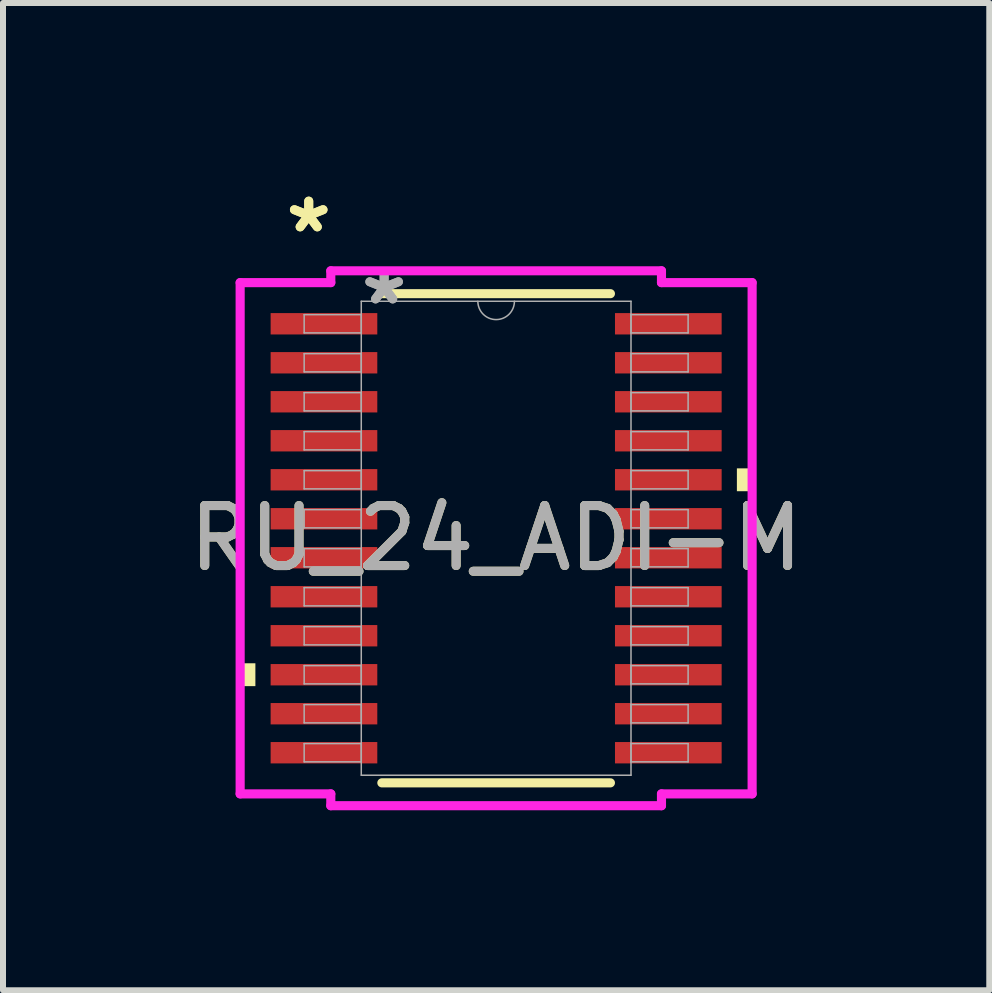
<source format=kicad_pcb>
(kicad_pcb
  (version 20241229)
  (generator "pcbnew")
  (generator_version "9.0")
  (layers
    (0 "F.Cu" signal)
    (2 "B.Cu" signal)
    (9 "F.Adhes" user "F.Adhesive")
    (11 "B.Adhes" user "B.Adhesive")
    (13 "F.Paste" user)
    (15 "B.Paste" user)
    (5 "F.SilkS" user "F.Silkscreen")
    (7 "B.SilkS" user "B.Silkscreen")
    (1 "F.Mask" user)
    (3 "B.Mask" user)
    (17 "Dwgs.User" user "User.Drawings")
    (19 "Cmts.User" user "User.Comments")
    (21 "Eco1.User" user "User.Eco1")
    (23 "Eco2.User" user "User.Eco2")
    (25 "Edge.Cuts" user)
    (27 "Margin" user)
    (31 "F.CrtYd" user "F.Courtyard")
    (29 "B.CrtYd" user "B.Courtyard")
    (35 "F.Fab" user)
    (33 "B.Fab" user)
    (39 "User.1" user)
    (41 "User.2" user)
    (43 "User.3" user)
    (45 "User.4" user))
  (footprint "RU_24_ADI-M"
    (layer "F.Cu")
    (at 5.22 5.922)
    (property "Reference" "RU_24_ADI-M" (at 0 0 0) (unlocked yes) (layer "F.SilkS") (effects (font (size 1 1) (thickness 0.15))))
    (attr smd)
    (fp_line (start -1.905 4.077) (end 1.905 4.077) (stroke (width 0.152) (type solid)) (layer "F.SilkS"))
    (fp_line (start 1.905 -4.077) (end -1.905 -4.077) (stroke (width 0.152) (type solid)) (layer "F.SilkS"))
    (fp_poly (pts (xy -4.267 2.084) (xy -4.267 2.465) (xy -4.013 2.465) (xy -4.013 2.084)) (stroke (width 0) (type solid)) (fill yes) (layer "F.SilkS"))
    (fp_poly (pts (xy 4.267 -1.165) (xy 4.267 -0.784) (xy 4.013 -0.784) (xy 4.013 -1.165)) (stroke (width 0) (type solid)) (fill yes) (layer "F.SilkS"))
    (fp_line (start -4.267 -4.261) (end -2.756 -4.261) (stroke (width 0.152) (type solid)) (layer "F.CrtYd"))
    (fp_line (start -4.267 4.261) (end -4.267 -4.261) (stroke (width 0.152) (type solid)) (layer "F.CrtYd"))
    (fp_line (start -4.267 4.261) (end -2.756 4.261) (stroke (width 0.152) (type solid)) (layer "F.CrtYd"))
    (fp_line (start -2.756 -4.458) (end 2.756 -4.458) (stroke (width 0.152) (type solid)) (layer "F.CrtYd"))
    (fp_line (start -2.756 -4.261) (end -2.756 -4.458) (stroke (width 0.152) (type solid)) (layer "F.CrtYd"))
    (fp_line (start -2.756 4.458) (end -2.756 4.261) (stroke (width 0.152) (type solid)) (layer "F.CrtYd"))
    (fp_line (start 2.756 -4.458) (end 2.756 -4.261) (stroke (width 0.152) (type solid)) (layer "F.CrtYd"))
    (fp_line (start 2.756 4.261) (end 2.756 4.458) (stroke (width 0.152) (type solid)) (layer "F.CrtYd"))
    (fp_line (start 2.756 4.458) (end -2.756 4.458) (stroke (width 0.152) (type solid)) (layer "F.CrtYd"))
    (fp_line (start 4.267 -4.261) (end 2.756 -4.261) (stroke (width 0.152) (type solid)) (layer "F.CrtYd"))
    (fp_line (start 4.267 -4.261) (end 4.267 4.261) (stroke (width 0.152) (type solid)) (layer "F.CrtYd"))
    (fp_line (start 4.267 4.261) (end 2.756 4.261) (stroke (width 0.152) (type solid)) (layer "F.CrtYd"))
    (fp_line (start -3.2 -3.727) (end -3.2 -3.423) (stroke (width 0.025) (type solid)) (layer "F.Fab"))
    (fp_line (start -3.2 -3.423) (end -2.248 -3.423) (stroke (width 0.025) (type solid)) (layer "F.Fab"))
    (fp_line (start -3.2 -3.077) (end -3.2 -2.773) (stroke (width 0.025) (type solid)) (layer "F.Fab"))
    (fp_line (start -3.2 -2.773) (end -2.248 -2.773) (stroke (width 0.025) (type solid)) (layer "F.Fab"))
    (fp_line (start -3.2 -2.427) (end -3.2 -2.123) (stroke (width 0.025) (type solid)) (layer "F.Fab"))
    (fp_line (start -3.2 -2.123) (end -2.248 -2.123) (stroke (width 0.025) (type solid)) (layer "F.Fab"))
    (fp_line (start -3.2 -1.777) (end -3.2 -1.473) (stroke (width 0.025) (type solid)) (layer "F.Fab"))
    (fp_line (start -3.2 -1.473) (end -2.248 -1.473) (stroke (width 0.025) (type solid)) (layer "F.Fab"))
    (fp_line (start -3.2 -1.127) (end -3.2 -0.823) (stroke (width 0.025) (type solid)) (layer "F.Fab"))
    (fp_line (start -3.2 -0.823) (end -2.248 -0.823) (stroke (width 0.025) (type solid)) (layer "F.Fab"))
    (fp_line (start -3.2 -0.477) (end -3.2 -0.173) (stroke (width 0.025) (type solid)) (layer "F.Fab"))
    (fp_line (start -3.2 -0.173) (end -2.248 -0.173) (stroke (width 0.025) (type solid)) (layer "F.Fab"))
    (fp_line (start -3.2 0.173) (end -3.2 0.477) (stroke (width 0.025) (type solid)) (layer "F.Fab"))
    (fp_line (start -3.2 0.477) (end -2.248 0.477) (stroke (width 0.025) (type solid)) (layer "F.Fab"))
    (fp_line (start -3.2 0.823) (end -3.2 1.127) (stroke (width 0.025) (type solid)) (layer "F.Fab"))
    (fp_line (start -3.2 1.127) (end -2.248 1.127) (stroke (width 0.025) (type solid)) (layer "F.Fab"))
    (fp_line (start -3.2 1.473) (end -3.2 1.777) (stroke (width 0.025) (type solid)) (layer "F.Fab"))
    (fp_line (start -3.2 1.777) (end -2.248 1.777) (stroke (width 0.025) (type solid)) (layer "F.Fab"))
    (fp_line (start -3.2 2.123) (end -3.2 2.427) (stroke (width 0.025) (type solid)) (layer "F.Fab"))
    (fp_line (start -3.2 2.427) (end -2.248 2.427) (stroke (width 0.025) (type solid)) (layer "F.Fab"))
    (fp_line (start -3.2 2.773) (end -3.2 3.077) (stroke (width 0.025) (type solid)) (layer "F.Fab"))
    (fp_line (start -3.2 3.077) (end -2.248 3.077) (stroke (width 0.025) (type solid)) (layer "F.Fab"))
    (fp_line (start -3.2 3.423) (end -3.2 3.727) (stroke (width 0.025) (type solid)) (layer "F.Fab"))
    (fp_line (start -3.2 3.727) (end -2.248 3.727) (stroke (width 0.025) (type solid)) (layer "F.Fab"))
    (fp_line (start -2.248 -3.95) (end -2.248 3.95) (stroke (width 0.025) (type solid)) (layer "F.Fab"))
    (fp_line (start -2.248 -3.727) (end -3.2 -3.727) (stroke (width 0.025) (type solid)) (layer "F.Fab"))
    (fp_line (start -2.248 -3.423) (end -2.248 -3.727) (stroke (width 0.025) (type solid)) (layer "F.Fab"))
    (fp_line (start -2.248 -3.077) (end -3.2 -3.077) (stroke (width 0.025) (type solid)) (layer "F.Fab"))
    (fp_line (start -2.248 -2.773) (end -2.248 -3.077) (stroke (width 0.025) (type solid)) (layer "F.Fab"))
    (fp_line (start -2.248 -2.427) (end -3.2 -2.427) (stroke (width 0.025) (type solid)) (layer "F.Fab"))
    (fp_line (start -2.248 -2.123) (end -2.248 -2.427) (stroke (width 0.025) (type solid)) (layer "F.Fab"))
    (fp_line (start -2.248 -1.777) (end -3.2 -1.777) (stroke (width 0.025) (type solid)) (layer "F.Fab"))
    (fp_line (start -2.248 -1.473) (end -2.248 -1.777) (stroke (width 0.025) (type solid)) (layer "F.Fab"))
    (fp_line (start -2.248 -1.127) (end -3.2 -1.127) (stroke (width 0.025) (type solid)) (layer "F.Fab"))
    (fp_line (start -2.248 -0.823) (end -2.248 -1.127) (stroke (width 0.025) (type solid)) (layer "F.Fab"))
    (fp_line (start -2.248 -0.477) (end -3.2 -0.477) (stroke (width 0.025) (type solid)) (layer "F.Fab"))
    (fp_line (start -2.248 -0.173) (end -2.248 -0.477) (stroke (width 0.025) (type solid)) (layer "F.Fab"))
    (fp_line (start -2.248 0.173) (end -3.2 0.173) (stroke (width 0.025) (type solid)) (layer "F.Fab"))
    (fp_line (start -2.248 0.477) (end -2.248 0.173) (stroke (width 0.025) (type solid)) (layer "F.Fab"))
    (fp_line (start -2.248 0.823) (end -3.2 0.823) (stroke (width 0.025) (type solid)) (layer "F.Fab"))
    (fp_line (start -2.248 1.127) (end -2.248 0.823) (stroke (width 0.025) (type solid)) (layer "F.Fab"))
    (fp_line (start -2.248 1.473) (end -3.2 1.473) (stroke (width 0.025) (type solid)) (layer "F.Fab"))
    (fp_line (start -2.248 1.777) (end -2.248 1.473) (stroke (width 0.025) (type solid)) (layer "F.Fab"))
    (fp_line (start -2.248 2.123) (end -3.2 2.123) (stroke (width 0.025) (type solid)) (layer "F.Fab"))
    (fp_line (start -2.248 2.427) (end -2.248 2.123) (stroke (width 0.025) (type solid)) (layer "F.Fab"))
    (fp_line (start -2.248 2.773) (end -3.2 2.773) (stroke (width 0.025) (type solid)) (layer "F.Fab"))
    (fp_line (start -2.248 3.077) (end -2.248 2.773) (stroke (width 0.025) (type solid)) (layer "F.Fab"))
    (fp_line (start -2.248 3.423) (end -3.2 3.423) (stroke (width 0.025) (type solid)) (layer "F.Fab"))
    (fp_line (start -2.248 3.727) (end -2.248 3.423) (stroke (width 0.025) (type solid)) (layer "F.Fab"))
    (fp_line (start -2.248 3.95) (end 2.248 3.95) (stroke (width 0.025) (type solid)) (layer "F.Fab"))
    (fp_line (start 2.248 -3.95) (end -2.248 -3.95) (stroke (width 0.025) (type solid)) (layer "F.Fab"))
    (fp_line (start 2.248 -3.727) (end 2.248 -3.423) (stroke (width 0.025) (type solid)) (layer "F.Fab"))
    (fp_line (start 2.248 -3.423) (end 3.2 -3.423) (stroke (width 0.025) (type solid)) (layer "F.Fab"))
    (fp_line (start 2.248 -3.077) (end 2.248 -2.773) (stroke (width 0.025) (type solid)) (layer "F.Fab"))
    (fp_line (start 2.248 -2.773) (end 3.2 -2.773) (stroke (width 0.025) (type solid)) (layer "F.Fab"))
    (fp_line (start 2.248 -2.427) (end 2.248 -2.123) (stroke (width 0.025) (type solid)) (layer "F.Fab"))
    (fp_line (start 2.248 -2.123) (end 3.2 -2.123) (stroke (width 0.025) (type solid)) (layer "F.Fab"))
    (fp_line (start 2.248 -1.777) (end 2.248 -1.473) (stroke (width 0.025) (type solid)) (layer "F.Fab"))
    (fp_line (start 2.248 -1.473) (end 3.2 -1.473) (stroke (width 0.025) (type solid)) (layer "F.Fab"))
    (fp_line (start 2.248 -1.127) (end 2.248 -0.823) (stroke (width 0.025) (type solid)) (layer "F.Fab"))
    (fp_line (start 2.248 -0.823) (end 3.2 -0.823) (stroke (width 0.025) (type solid)) (layer "F.Fab"))
    (fp_line (start 2.248 -0.477) (end 2.248 -0.173) (stroke (width 0.025) (type solid)) (layer "F.Fab"))
    (fp_line (start 2.248 -0.173) (end 3.2 -0.173) (stroke (width 0.025) (type solid)) (layer "F.Fab"))
    (fp_line (start 2.248 0.173) (end 2.248 0.477) (stroke (width 0.025) (type solid)) (layer "F.Fab"))
    (fp_line (start 2.248 0.477) (end 3.2 0.477) (stroke (width 0.025) (type solid)) (layer "F.Fab"))
    (fp_line (start 2.248 0.823) (end 2.248 1.127) (stroke (width 0.025) (type solid)) (layer "F.Fab"))
    (fp_line (start 2.248 1.127) (end 3.2 1.127) (stroke (width 0.025) (type solid)) (layer "F.Fab"))
    (fp_line (start 2.248 1.473) (end 2.248 1.777) (stroke (width 0.025) (type solid)) (layer "F.Fab"))
    (fp_line (start 2.248 1.777) (end 3.2 1.777) (stroke (width 0.025) (type solid)) (layer "F.Fab"))
    (fp_line (start 2.248 2.123) (end 2.248 2.427) (stroke (width 0.025) (type solid)) (layer "F.Fab"))
    (fp_line (start 2.248 2.427) (end 3.2 2.427) (stroke (width 0.025) (type solid)) (layer "F.Fab"))
    (fp_line (start 2.248 2.773) (end 2.248 3.077) (stroke (width 0.025) (type solid)) (layer "F.Fab"))
    (fp_line (start 2.248 3.077) (end 3.2 3.077) (stroke (width 0.025) (type solid)) (layer "F.Fab"))
    (fp_line (start 2.248 3.423) (end 2.248 3.727) (stroke (width 0.025) (type solid)) (layer "F.Fab"))
    (fp_line (start 2.248 3.727) (end 3.2 3.727) (stroke (width 0.025) (type solid)) (layer "F.Fab"))
    (fp_line (start 2.248 3.95) (end 2.248 -3.95) (stroke (width 0.025) (type solid)) (layer "F.Fab"))
    (fp_line (start 3.2 -3.727) (end 2.248 -3.727) (stroke (width 0.025) (type solid)) (layer "F.Fab"))
    (fp_line (start 3.2 -3.423) (end 3.2 -3.727) (stroke (width 0.025) (type solid)) (layer "F.Fab"))
    (fp_line (start 3.2 -3.077) (end 2.248 -3.077) (stroke (width 0.025) (type solid)) (layer "F.Fab"))
    (fp_line (start 3.2 -2.773) (end 3.2 -3.077) (stroke (width 0.025) (type solid)) (layer "F.Fab"))
    (fp_line (start 3.2 -2.427) (end 2.248 -2.427) (stroke (width 0.025) (type solid)) (layer "F.Fab"))
    (fp_line (start 3.2 -2.123) (end 3.2 -2.427) (stroke (width 0.025) (type solid)) (layer "F.Fab"))
    (fp_line (start 3.2 -1.777) (end 2.248 -1.777) (stroke (width 0.025) (type solid)) (layer "F.Fab"))
    (fp_line (start 3.2 -1.473) (end 3.2 -1.777) (stroke (width 0.025) (type solid)) (layer "F.Fab"))
    (fp_line (start 3.2 -1.127) (end 2.248 -1.127) (stroke (width 0.025) (type solid)) (layer "F.Fab"))
    (fp_line (start 3.2 -0.823) (end 3.2 -1.127) (stroke (width 0.025) (type solid)) (layer "F.Fab"))
    (fp_line (start 3.2 -0.477) (end 2.248 -0.477) (stroke (width 0.025) (type solid)) (layer "F.Fab"))
    (fp_line (start 3.2 -0.173) (end 3.2 -0.477) (stroke (width 0.025) (type solid)) (layer "F.Fab"))
    (fp_line (start 3.2 0.173) (end 2.248 0.173) (stroke (width 0.025) (type solid)) (layer "F.Fab"))
    (fp_line (start 3.2 0.477) (end 3.2 0.173) (stroke (width 0.025) (type solid)) (layer "F.Fab"))
    (fp_line (start 3.2 0.823) (end 2.248 0.823) (stroke (width 0.025) (type solid)) (layer "F.Fab"))
    (fp_line (start 3.2 1.127) (end 3.2 0.823) (stroke (width 0.025) (type solid)) (layer "F.Fab"))
    (fp_line (start 3.2 1.473) (end 2.248 1.473) (stroke (width 0.025) (type solid)) (layer "F.Fab"))
    (fp_line (start 3.2 1.777) (end 3.2 1.473) (stroke (width 0.025) (type solid)) (layer "F.Fab"))
    (fp_line (start 3.2 2.123) (end 2.248 2.123) (stroke (width 0.025) (type solid)) (layer "F.Fab"))
    (fp_line (start 3.2 2.427) (end 3.2 2.123) (stroke (width 0.025) (type solid)) (layer "F.Fab"))
    (fp_line (start 3.2 2.773) (end 2.248 2.773) (stroke (width 0.025) (type solid)) (layer "F.Fab"))
    (fp_line (start 3.2 3.077) (end 3.2 2.773) (stroke (width 0.025) (type solid)) (layer "F.Fab"))
    (fp_line (start 3.2 3.423) (end 2.248 3.423) (stroke (width 0.025) (type solid)) (layer "F.Fab"))
    (fp_line (start 3.2 3.727) (end 3.2 3.423) (stroke (width 0.025) (type solid)) (layer "F.Fab"))
    (fp_arc (start 0.3048 -3.9497) (mid 0 -3.6449) (end -0.3048 -3.9497) (stroke (width 0.0254) (type solid)) (layer "F.Fab"))
    (fp_text user "*" (at -3.124 -5.074 0) (layer "F.SilkS") (effects (font (size 1 1) (thickness 0.15))))
    (fp_text user "*" (at -3.124 -5.074 0) (unlocked yes) (layer "F.SilkS") (effects (font (size 1 1) (thickness 0.15))))
    (fp_text user "*" (at -1.867 -3.873 0) (layer "F.Fab") (effects (font (size 1 1) (thickness 0.15))))
    (fp_text user "${REFERENCE}" (at 0 0 0) (unlocked yes) (layer "F.Fab") (effects (font (size 1 1) (thickness 0.15))))
    (fp_text user "*" (at -1.867 -3.873 0) (unlocked yes) (layer "F.Fab") (effects (font (size 1 1) (thickness 0.15))))
    (pad "1" smd rect (at -2.87 -3.575) (size 1.778 0.356) (layers "F.Cu" "F.Mask" "F.Paste"))
    (pad "2" smd rect (at -2.87 -2.925) (size 1.778 0.356) (layers "F.Cu" "F.Mask" "F.Paste"))
    (pad "3" smd rect (at -2.87 -2.275) (size 1.778 0.356) (layers "F.Cu" "F.Mask" "F.Paste"))
    (pad "4" smd rect (at -2.87 -1.625) (size 1.778 0.356) (layers "F.Cu" "F.Mask" "F.Paste"))
    (pad "5" smd rect (at -2.87 -0.975) (size 1.778 0.356) (layers "F.Cu" "F.Mask" "F.Paste"))
    (pad "6" smd rect (at -2.87 -0.325) (size 1.778 0.356) (layers "F.Cu" "F.Mask" "F.Paste"))
    (pad "7" smd rect (at -2.87 0.325) (size 1.778 0.356) (layers "F.Cu" "F.Mask" "F.Paste"))
    (pad "8" smd rect (at -2.87 0.975) (size 1.778 0.356) (layers "F.Cu" "F.Mask" "F.Paste"))
    (pad "9" smd rect (at -2.87 1.625) (size 1.778 0.356) (layers "F.Cu" "F.Mask" "F.Paste"))
    (pad "10" smd rect (at -2.87 2.275) (size 1.778 0.356) (layers "F.Cu" "F.Mask" "F.Paste"))
    (pad "11" smd rect (at -2.87 2.925) (size 1.778 0.356) (layers "F.Cu" "F.Mask" "F.Paste"))
    (pad "12" smd rect (at -2.87 3.575) (size 1.778 0.356) (layers "F.Cu" "F.Mask" "F.Paste"))
    (pad "13" smd rect (at 2.87 3.575) (size 1.778 0.356) (layers "F.Cu" "F.Mask" "F.Paste"))
    (pad "14" smd rect (at 2.87 2.925) (size 1.778 0.356) (layers "F.Cu" "F.Mask" "F.Paste"))
    (pad "15" smd rect (at 2.87 2.275) (size 1.778 0.356) (layers "F.Cu" "F.Mask" "F.Paste"))
    (pad "16" smd rect (at 2.87 1.625) (size 1.778 0.356) (layers "F.Cu" "F.Mask" "F.Paste"))
    (pad "17" smd rect (at 2.87 0.975) (size 1.778 0.356) (layers "F.Cu" "F.Mask" "F.Paste"))
    (pad "18" smd rect (at 2.87 0.325) (size 1.778 0.356) (layers "F.Cu" "F.Mask" "F.Paste"))
    (pad "19" smd rect (at 2.87 -0.325) (size 1.778 0.356) (layers "F.Cu" "F.Mask" "F.Paste"))
    (pad "20" smd rect (at 2.87 -0.975) (size 1.778 0.356) (layers "F.Cu" "F.Mask" "F.Paste"))
    (pad "21" smd rect (at 2.87 -1.625) (size 1.778 0.356) (layers "F.Cu" "F.Mask" "F.Paste"))
    (pad "22" smd rect (at 2.87 -2.275) (size 1.778 0.356) (layers "F.Cu" "F.Mask" "F.Paste"))
    (pad "23" smd rect (at 2.87 -2.925) (size 1.778 0.356) (layers "F.Cu" "F.Mask" "F.Paste"))
    (pad "24" smd rect (at 2.87 -3.575) (size 1.778 0.356) (layers "F.Cu" "F.Mask" "F.Paste")))
  (gr_rect
    (start -3 -3)
    (end 13.44 13.456)
    (stroke (width 0.1) (type default))
    (fill no)
    (layer "Edge.Cuts")))
</source>
